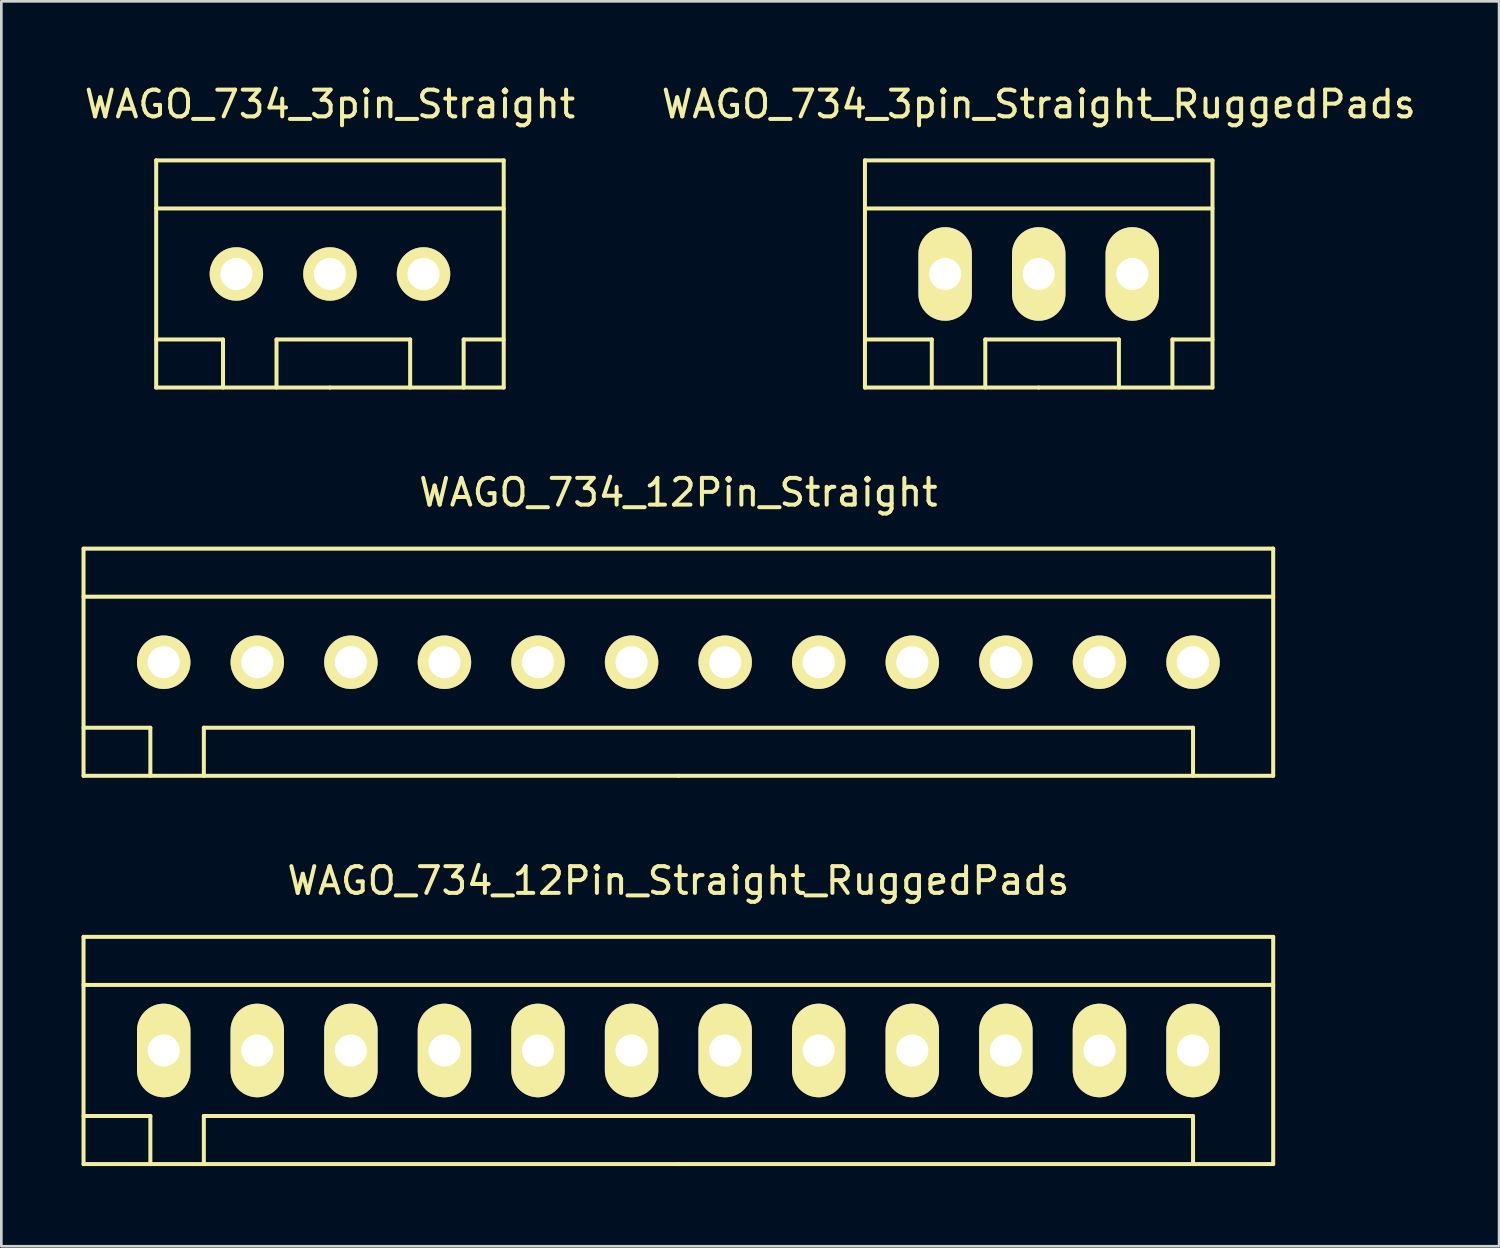
<source format=kicad_pcb>
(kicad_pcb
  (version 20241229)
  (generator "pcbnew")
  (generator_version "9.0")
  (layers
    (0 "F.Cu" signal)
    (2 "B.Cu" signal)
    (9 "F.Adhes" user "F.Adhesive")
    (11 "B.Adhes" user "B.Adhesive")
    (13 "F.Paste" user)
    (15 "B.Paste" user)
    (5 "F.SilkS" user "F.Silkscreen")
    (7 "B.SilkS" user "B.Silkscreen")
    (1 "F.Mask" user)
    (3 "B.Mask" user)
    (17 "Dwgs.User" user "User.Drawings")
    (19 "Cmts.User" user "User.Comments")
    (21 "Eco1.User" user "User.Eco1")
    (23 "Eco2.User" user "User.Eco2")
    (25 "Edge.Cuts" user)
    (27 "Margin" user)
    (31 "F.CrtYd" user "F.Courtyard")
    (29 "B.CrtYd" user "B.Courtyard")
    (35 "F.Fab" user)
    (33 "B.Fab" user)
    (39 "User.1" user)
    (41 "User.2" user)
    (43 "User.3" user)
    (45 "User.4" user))
  (footprint "WAGO_734_12Pin_Straight_RuggedPads"
    (layer "F.Cu")
    (at 22.325 36.244)
    (property "Reference" "WAGO_734_12Pin_Straight_RuggedPads" (at 0 -6.35 0) (layer "F.SilkS") (effects (font (size 1 1) (thickness 0.15))))
    (attr through_hole)
    (fp_line (start -22.25 -4.249) (end -22.25 4.249) (stroke (width 0.15) (type solid)) (layer "F.SilkS"))
    (fp_line (start -22.25 -2.451) (end 22.25 -2.451) (stroke (width 0.15) (type solid)) (layer "F.SilkS"))
    (fp_line (start -22.25 2.451) (end -19.751 2.451) (stroke (width 0.15) (type solid)) (layer "F.SilkS"))
    (fp_line (start -22.25 4.249) (end 0 4.249) (stroke (width 0.15) (type solid)) (layer "F.SilkS"))
    (fp_line (start -19.751 2.451) (end -19.751 4.249) (stroke (width 0.15) (type solid)) (layer "F.SilkS"))
    (fp_line (start -17.75 4.249) (end -17.75 2.451) (stroke (width 0.15) (type solid)) (layer "F.SilkS"))
    (fp_line (start 0 4.249) (end 22.25 4.249) (stroke (width 0.15) (type solid)) (layer "F.SilkS"))
    (fp_line (start 19.251 2.451) (end -17.75 2.451) (stroke (width 0.15) (type solid)) (layer "F.SilkS"))
    (fp_line (start 19.251 4.249) (end 19.251 2.451) (stroke (width 0.15) (type solid)) (layer "F.SilkS"))
    (fp_line (start 22.25 -4.249) (end -22.25 -4.249) (stroke (width 0.15) (type solid)) (layer "F.SilkS"))
    (fp_line (start 22.25 4.249) (end 22.25 -4.249) (stroke (width 0.15) (type solid)) (layer "F.SilkS"))
    (pad "1" thru_hole oval (at -19.251 0) (size 1.999 3.5) (drill 1.199) (layers "*.Cu" "*.Mask" "F.SilkS"))
    (pad "2" thru_hole oval (at -15.751 0) (size 1.999 3.5) (drill 1.199) (layers "*.Cu" "*.Mask" "F.SilkS"))
    (pad "3" thru_hole oval (at -12.25 0) (size 1.999 3.5) (drill 1.199) (layers "*.Cu" "*.Mask" "F.SilkS"))
    (pad "4" thru_hole oval (at -8.75 0) (size 1.999 3.5) (drill 1.199) (layers "*.Cu" "*.Mask" "F.SilkS"))
    (pad "5" thru_hole oval (at -5.25 0) (size 1.999 3.5) (drill 1.199) (layers "*.Cu" "*.Mask" "F.SilkS"))
    (pad "6" thru_hole oval (at -1.75 0) (size 1.999 3.5) (drill 1.199) (layers "*.Cu" "*.Mask" "F.SilkS"))
    (pad "7" thru_hole oval (at 1.75 0) (size 1.999 3.5) (drill 1.199) (layers "*.Cu" "*.Mask" "F.SilkS"))
    (pad "8" thru_hole oval (at 5.25 0) (size 1.999 3.5) (drill 1.199) (layers "*.Cu" "*.Mask" "F.SilkS"))
    (pad "9" thru_hole oval (at 8.75 0) (size 1.999 3.5) (drill 1.199) (layers "*.Cu" "*.Mask" "F.SilkS"))
    (pad "10" thru_hole oval (at 12.25 0) (size 1.999 3.5) (drill 1.199) (layers "*.Cu" "*.Mask" "F.SilkS"))
    (pad "11" thru_hole oval (at 15.751 0) (size 1.999 3.5) (drill 1.199) (layers "*.Cu" "*.Mask" "F.SilkS"))
    (pad "12" thru_hole oval (at 19.251 0) (size 1.999 3.5) (drill 1.199) (layers "*.Cu" "*.Mask" "F.SilkS")))
  (footprint "WAGO_734_3pin_Straight_RuggedPads"
    (layer "F.Cu")
    (at 35.804 7.198)
    (property "Reference" "WAGO_734_3pin_Straight_RuggedPads" (at 0 -6.35 0) (layer "F.SilkS") (effects (font (size 1 1) (thickness 0.15))))
    (attr through_hole)
    (fp_line (start -6.5 -4.249) (end 6.5 -4.249) (stroke (width 0.15) (type solid)) (layer "F.SilkS"))
    (fp_line (start -6.5 -2.451) (end 6.5 -2.451) (stroke (width 0.15) (type solid)) (layer "F.SilkS"))
    (fp_line (start -6.5 2.451) (end -4 2.451) (stroke (width 0.15) (type solid)) (layer "F.SilkS"))
    (fp_line (start -6.5 4.249) (end -6.5 -4.249) (stroke (width 0.15) (type solid)) (layer "F.SilkS"))
    (fp_line (start -4 2.451) (end -4 4.249) (stroke (width 0.15) (type solid)) (layer "F.SilkS"))
    (fp_line (start -1.999 2.451) (end 3 2.451) (stroke (width 0.15) (type solid)) (layer "F.SilkS"))
    (fp_line (start -1.999 4.249) (end -1.999 2.451) (stroke (width 0.15) (type solid)) (layer "F.SilkS"))
    (fp_line (start 0 4.249) (end -6.5 4.249) (stroke (width 0.15) (type solid)) (layer "F.SilkS"))
    (fp_line (start 3 2.451) (end 3 4.249) (stroke (width 0.15) (type solid)) (layer "F.SilkS"))
    (fp_line (start 5.001 2.451) (end 6.5 2.451) (stroke (width 0.15) (type solid)) (layer "F.SilkS"))
    (fp_line (start 5.001 4.249) (end 5.001 2.451) (stroke (width 0.15) (type solid)) (layer "F.SilkS"))
    (fp_line (start 6.5 -4.249) (end 6.5 4.249) (stroke (width 0.15) (type solid)) (layer "F.SilkS"))
    (fp_line (start 6.5 4.249) (end 0 4.249) (stroke (width 0.15) (type solid)) (layer "F.SilkS"))
    (pad "1" thru_hole oval (at -3.5 0) (size 1.999 3.5) (drill 1.199) (layers "*.Cu" "*.Mask" "F.SilkS"))
    (pad "2" thru_hole oval (at 0 0) (size 1.999 3.5) (drill 1.199) (layers "*.Cu" "*.Mask" "F.SilkS"))
    (pad "3" thru_hole oval (at 3.5 0) (size 1.999 3.5) (drill 1.199) (layers "*.Cu" "*.Mask" "F.SilkS")))
  (footprint "WAGO_734_3pin_Straight"
    (layer "F.Cu")
    (at 9.292 7.198)
    (property "Reference" "WAGO_734_3pin_Straight" (at 0 -6.35 0) (layer "F.SilkS") (effects (font (size 1 1) (thickness 0.15))))
    (attr through_hole)
    (fp_line (start -6.5 -4.249) (end 6.5 -4.249) (stroke (width 0.15) (type solid)) (layer "F.SilkS"))
    (fp_line (start -6.5 -2.451) (end 6.5 -2.451) (stroke (width 0.15) (type solid)) (layer "F.SilkS"))
    (fp_line (start -6.5 2.451) (end -4 2.451) (stroke (width 0.15) (type solid)) (layer "F.SilkS"))
    (fp_line (start -6.5 4.249) (end -6.5 -4.249) (stroke (width 0.15) (type solid)) (layer "F.SilkS"))
    (fp_line (start -4 2.451) (end -4 4.249) (stroke (width 0.15) (type solid)) (layer "F.SilkS"))
    (fp_line (start -1.999 2.451) (end 3 2.451) (stroke (width 0.15) (type solid)) (layer "F.SilkS"))
    (fp_line (start -1.999 4.249) (end -1.999 2.451) (stroke (width 0.15) (type solid)) (layer "F.SilkS"))
    (fp_line (start 0 4.249) (end -6.5 4.249) (stroke (width 0.15) (type solid)) (layer "F.SilkS"))
    (fp_line (start 3 2.451) (end 3 4.249) (stroke (width 0.15) (type solid)) (layer "F.SilkS"))
    (fp_line (start 5.001 2.451) (end 6.5 2.451) (stroke (width 0.15) (type solid)) (layer "F.SilkS"))
    (fp_line (start 5.001 4.249) (end 5.001 2.451) (stroke (width 0.15) (type solid)) (layer "F.SilkS"))
    (fp_line (start 6.5 -4.249) (end 6.5 4.249) (stroke (width 0.15) (type solid)) (layer "F.SilkS"))
    (fp_line (start 6.5 4.249) (end 0 4.249) (stroke (width 0.15) (type solid)) (layer "F.SilkS"))
    (pad "1" thru_hole circle (at -3.5 0) (size 1.999 1.999) (drill 1.199) (layers "*.Cu" "*.Mask" "F.SilkS"))
    (pad "2" thru_hole circle (at 0 0) (size 1.999 1.999) (drill 1.199) (layers "*.Cu" "*.Mask" "F.SilkS"))
    (pad "3" thru_hole circle (at 3.5 0) (size 1.999 1.999) (drill 1.199) (layers "*.Cu" "*.Mask" "F.SilkS")))
  (footprint "WAGO_734_12Pin_Straight"
    (layer "F.Cu")
    (at 22.325 21.721)
    (property "Reference" "WAGO_734_12Pin_Straight" (at 0 -6.35 0) (layer "F.SilkS") (effects (font (size 1 1) (thickness 0.15))))
    (attr through_hole)
    (fp_line (start -22.25 -4.249) (end -22.25 4.249) (stroke (width 0.15) (type solid)) (layer "F.SilkS"))
    (fp_line (start -22.25 -2.451) (end 22.25 -2.451) (stroke (width 0.15) (type solid)) (layer "F.SilkS"))
    (fp_line (start -22.25 2.451) (end -19.751 2.451) (stroke (width 0.15) (type solid)) (layer "F.SilkS"))
    (fp_line (start -22.25 4.249) (end 0 4.249) (stroke (width 0.15) (type solid)) (layer "F.SilkS"))
    (fp_line (start -19.751 2.451) (end -19.751 4.249) (stroke (width 0.15) (type solid)) (layer "F.SilkS"))
    (fp_line (start -17.75 4.249) (end -17.75 2.451) (stroke (width 0.15) (type solid)) (layer "F.SilkS"))
    (fp_line (start 0 4.249) (end 22.25 4.249) (stroke (width 0.15) (type solid)) (layer "F.SilkS"))
    (fp_line (start 19.251 2.451) (end -17.75 2.451) (stroke (width 0.15) (type solid)) (layer "F.SilkS"))
    (fp_line (start 19.251 4.249) (end 19.251 2.451) (stroke (width 0.15) (type solid)) (layer "F.SilkS"))
    (fp_line (start 22.25 -4.249) (end -22.25 -4.249) (stroke (width 0.15) (type solid)) (layer "F.SilkS"))
    (fp_line (start 22.25 4.249) (end 22.25 -4.249) (stroke (width 0.15) (type solid)) (layer "F.SilkS"))
    (pad "1" thru_hole circle (at -19.251 0) (size 1.999 1.999) (drill 1.199) (layers "*.Cu" "*.Mask" "F.SilkS"))
    (pad "2" thru_hole circle (at -15.751 0) (size 1.999 1.999) (drill 1.199) (layers "*.Cu" "*.Mask" "F.SilkS"))
    (pad "3" thru_hole circle (at -12.25 0) (size 1.999 1.999) (drill 1.199) (layers "*.Cu" "*.Mask" "F.SilkS"))
    (pad "4" thru_hole circle (at -8.75 0) (size 1.999 1.999) (drill 1.199) (layers "*.Cu" "*.Mask" "F.SilkS"))
    (pad "5" thru_hole circle (at -5.25 0) (size 1.999 1.999) (drill 1.199) (layers "*.Cu" "*.Mask" "F.SilkS"))
    (pad "6" thru_hole circle (at -1.75 0) (size 1.999 1.999) (drill 1.199) (layers "*.Cu" "*.Mask" "F.SilkS"))
    (pad "7" thru_hole circle (at 1.75 0) (size 1.999 1.999) (drill 1.199) (layers "*.Cu" "*.Mask" "F.SilkS"))
    (pad "8" thru_hole circle (at 5.25 0) (size 1.999 1.999) (drill 1.199) (layers "*.Cu" "*.Mask" "F.SilkS"))
    (pad "9" thru_hole circle (at 8.75 0) (size 1.999 1.999) (drill 1.199) (layers "*.Cu" "*.Mask" "F.SilkS"))
    (pad "10" thru_hole circle (at 12.25 0) (size 1.999 1.999) (drill 1.199) (layers "*.Cu" "*.Mask" "F.SilkS"))
    (pad "11" thru_hole circle (at 15.751 0) (size 1.999 1.999) (drill 1.199) (layers "*.Cu" "*.Mask" "F.SilkS"))
    (pad "12" thru_hole circle (at 19.251 0) (size 1.999 1.999) (drill 1.199) (layers "*.Cu" "*.Mask" "F.SilkS")))
  (gr_rect
    (start -3 -3)
    (end 53.024 43.568)
    (stroke (width 0.1) (type default))
    (fill no)
    (layer "Edge.Cuts")))
</source>
